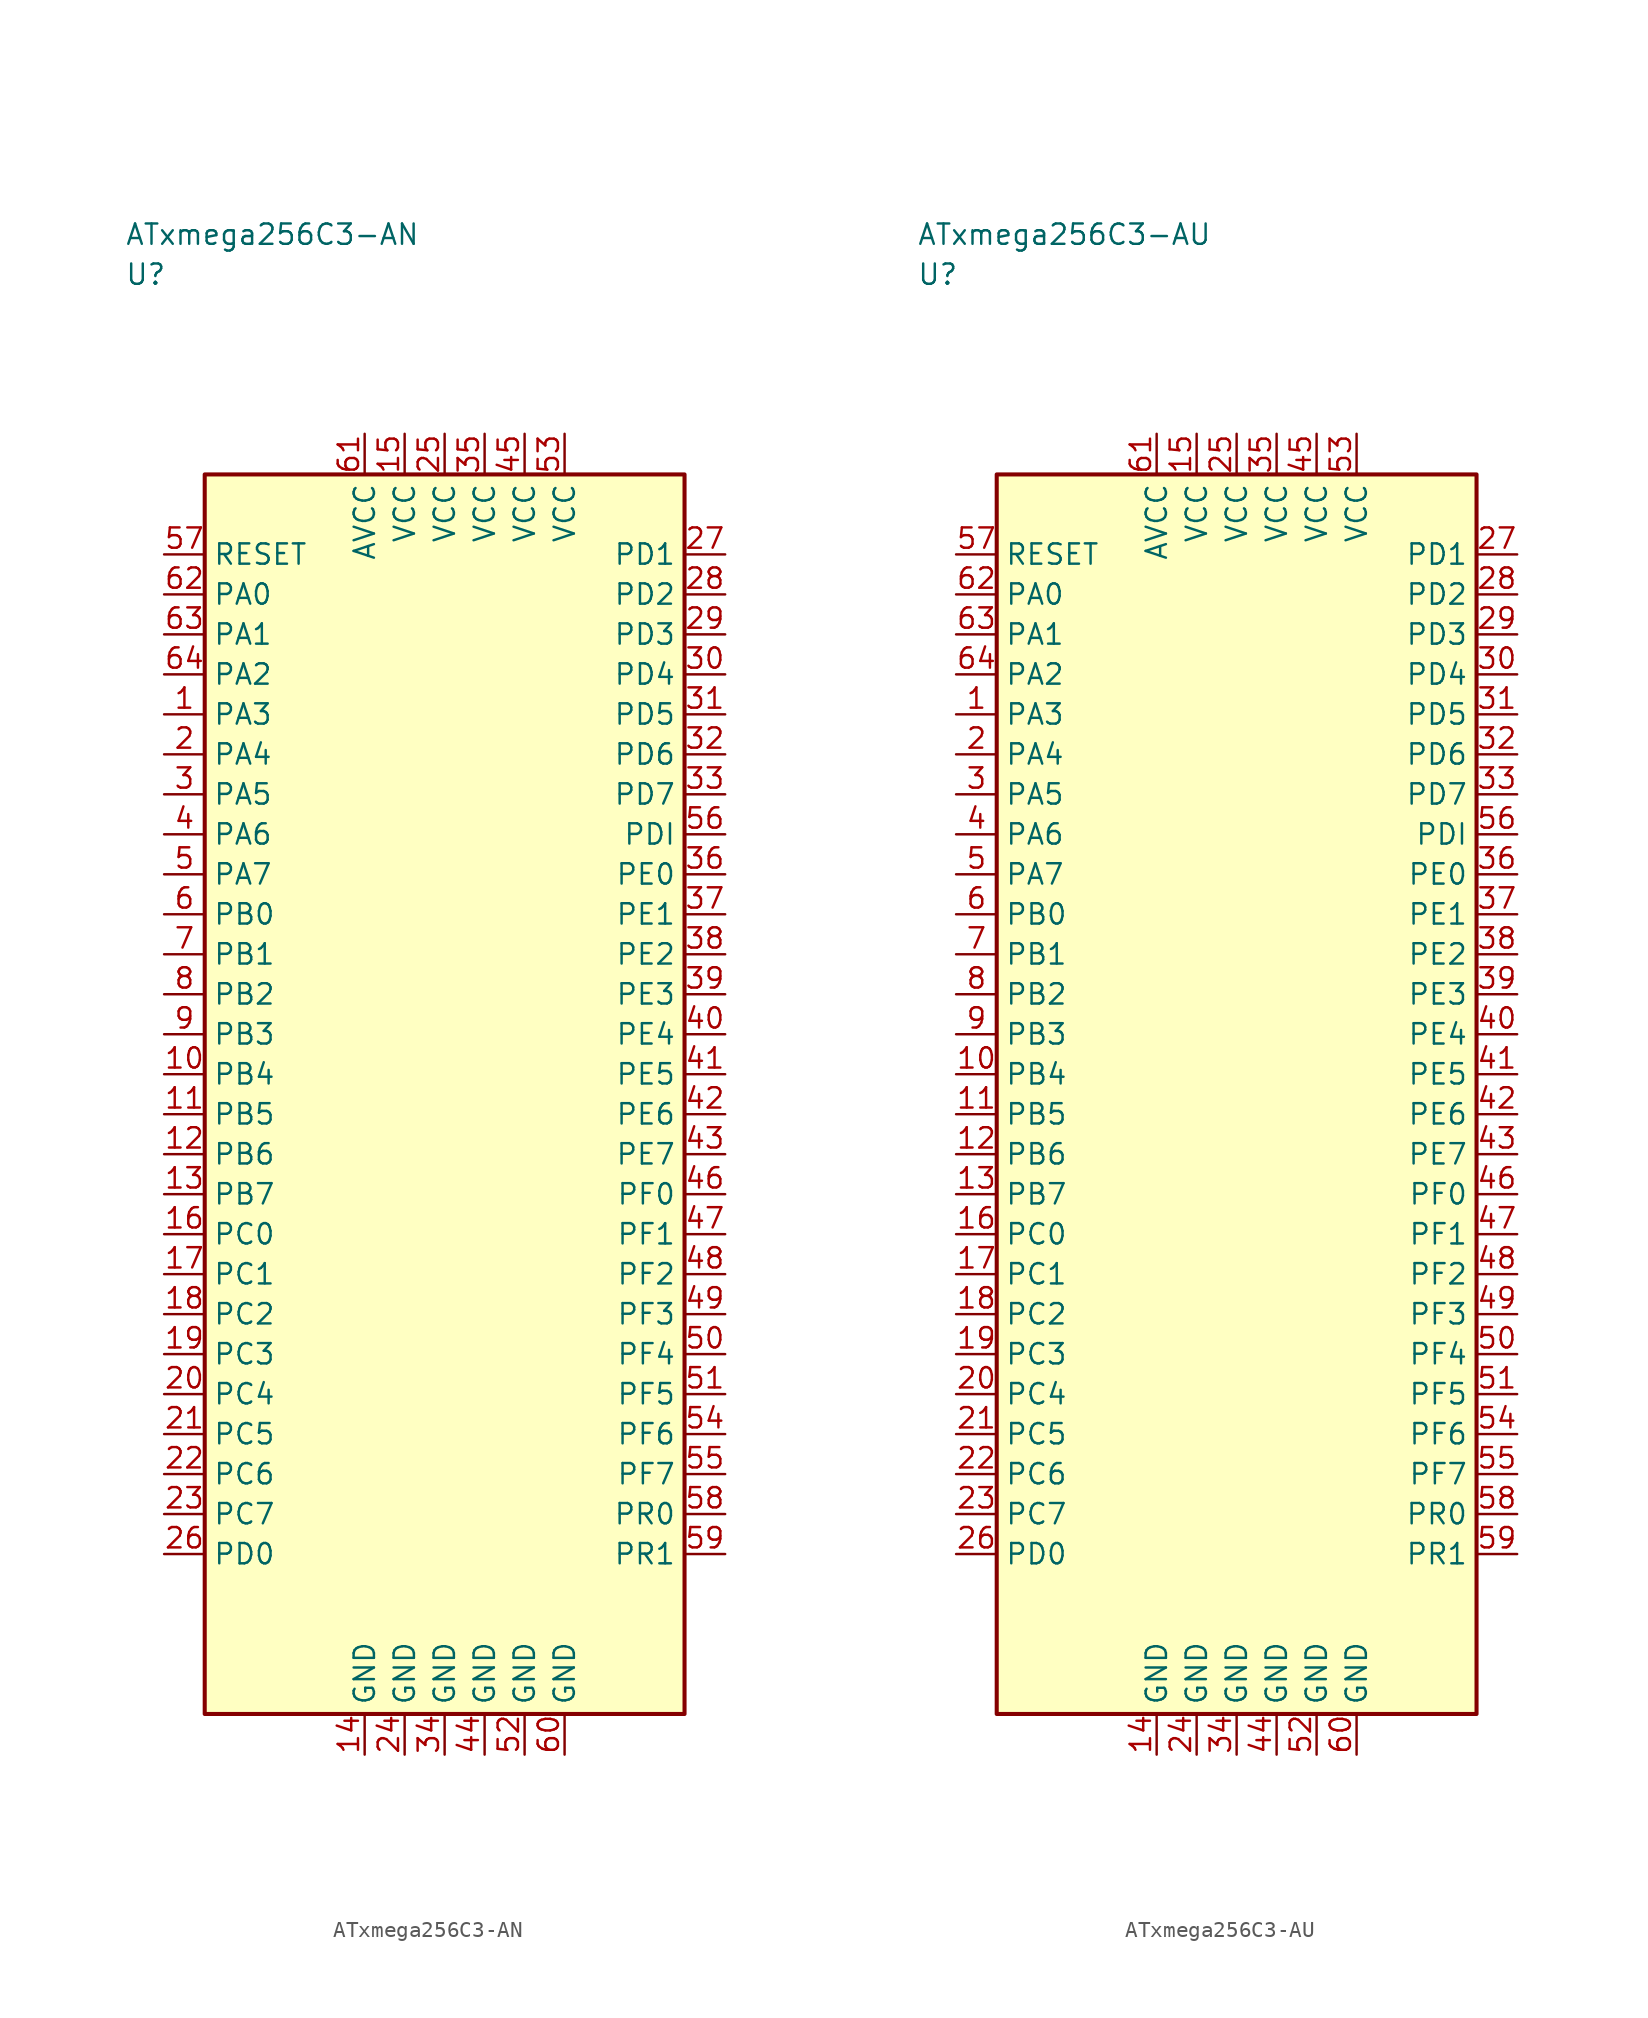
<source format=kicad_sym>
(kicad_symbol_lib
  (version 20241025)
  (generator "kicad_symbol_editor")
  (generator_version "8.0")
  (symbol "ATxmega256C3-AN"
    (property "Reference" "U"
      (at -20.0 51.25 0)
      (effects (font (size 1.27 1.27)) (justify left)))
    (property "Value" "ATxmega256C3-AN"
      (at -20.0 53.75 0)
      (effects (font (size 1.27 1.27)) (justify left)))
    (symbol "ATxmega256C3-AN_0_1"
      (rectangle (start -15.0 38.75) (end 15.0 -38.75) (stroke (width 0.254) (type default)) (fill (type background))))
    (symbol "ATxmega256C3-AN_1_1"
      (pin bidirectional line (at -17.54 23.75 0.0) (length 2.54) (name "PA3" (effects (font (size 1.27 1.27)))) (number "1" (effects (font (size 1.27 1.27)))))
      (pin bidirectional line (at -17.54 21.25 0.0) (length 2.54) (name "PA4" (effects (font (size 1.27 1.27)))) (number "2" (effects (font (size 1.27 1.27)))))
      (pin bidirectional line (at -17.54 18.75 0.0) (length 2.54) (name "PA5" (effects (font (size 1.27 1.27)))) (number "3" (effects (font (size 1.27 1.27)))))
      (pin bidirectional line (at -17.54 16.25 0.0) (length 2.54) (name "PA6" (effects (font (size 1.27 1.27)))) (number "4" (effects (font (size 1.27 1.27)))))
      (pin bidirectional line (at -17.54 13.75 0.0) (length 2.54) (name "PA7" (effects (font (size 1.27 1.27)))) (number "5" (effects (font (size 1.27 1.27)))))
      (pin bidirectional line (at -17.54 11.25 0.0) (length 2.54) (name "PB0" (effects (font (size 1.27 1.27)))) (number "6" (effects (font (size 1.27 1.27)))))
      (pin bidirectional line (at -17.54 8.75 0.0) (length 2.54) (name "PB1" (effects (font (size 1.27 1.27)))) (number "7" (effects (font (size 1.27 1.27)))))
      (pin bidirectional line (at -17.54 6.25 0.0) (length 2.54) (name "PB2" (effects (font (size 1.27 1.27)))) (number "8" (effects (font (size 1.27 1.27)))))
      (pin bidirectional line (at -17.54 3.75 0.0) (length 2.54) (name "PB3" (effects (font (size 1.27 1.27)))) (number "9" (effects (font (size 1.27 1.27)))))
      (pin bidirectional line (at -17.54 1.25 0.0) (length 2.54) (name "PB4" (effects (font (size 1.27 1.27)))) (number "10" (effects (font (size 1.27 1.27)))))
      (pin bidirectional line (at -17.54 -1.25 0.0) (length 2.54) (name "PB5" (effects (font (size 1.27 1.27)))) (number "11" (effects (font (size 1.27 1.27)))))
      (pin bidirectional line (at -17.54 -3.75 0.0) (length 2.54) (name "PB6" (effects (font (size 1.27 1.27)))) (number "12" (effects (font (size 1.27 1.27)))))
      (pin bidirectional line (at -17.54 -6.25 0.0) (length 2.54) (name "PB7" (effects (font (size 1.27 1.27)))) (number "13" (effects (font (size 1.27 1.27)))))
      (pin passive line (at -5.0 -41.29 90.0) (length 2.54) (name "GND" (effects (font (size 1.27 1.27)))) (number "14" (effects (font (size 1.27 1.27)))))
      (pin power_in line (at -2.5 41.29 270.0) (length 2.54) (name "VCC" (effects (font (size 1.27 1.27)))) (number "15" (effects (font (size 1.27 1.27)))))
      (pin bidirectional line (at -17.54 -8.75 0.0) (length 2.54) (name "PC0" (effects (font (size 1.27 1.27)))) (number "16" (effects (font (size 1.27 1.27)))))
      (pin bidirectional line (at -17.54 -11.25 0.0) (length 2.54) (name "PC1" (effects (font (size 1.27 1.27)))) (number "17" (effects (font (size 1.27 1.27)))))
      (pin bidirectional line (at -17.54 -13.75 0.0) (length 2.54) (name "PC2" (effects (font (size 1.27 1.27)))) (number "18" (effects (font (size 1.27 1.27)))))
      (pin bidirectional line (at -17.54 -16.25 0.0) (length 2.54) (name "PC3" (effects (font (size 1.27 1.27)))) (number "19" (effects (font (size 1.27 1.27)))))
      (pin bidirectional line (at -17.54 -18.75 0.0) (length 2.54) (name "PC4" (effects (font (size 1.27 1.27)))) (number "20" (effects (font (size 1.27 1.27)))))
      (pin bidirectional line (at -17.54 -21.25 0.0) (length 2.54) (name "PC5" (effects (font (size 1.27 1.27)))) (number "21" (effects (font (size 1.27 1.27)))))
      (pin bidirectional line (at -17.54 -23.75 0.0) (length 2.54) (name "PC6" (effects (font (size 1.27 1.27)))) (number "22" (effects (font (size 1.27 1.27)))))
      (pin bidirectional line (at -17.54 -26.25 0.0) (length 2.54) (name "PC7" (effects (font (size 1.27 1.27)))) (number "23" (effects (font (size 1.27 1.27)))))
      (pin passive line (at -2.5 -41.29 90.0) (length 2.54) (name "GND" (effects (font (size 1.27 1.27)))) (number "24" (effects (font (size 1.27 1.27)))))
      (pin power_in line (at 0.0 41.29 270.0) (length 2.54) (name "VCC" (effects (font (size 1.27 1.27)))) (number "25" (effects (font (size 1.27 1.27)))))
      (pin bidirectional line (at -17.54 -28.75 0.0) (length 2.54) (name "PD0" (effects (font (size 1.27 1.27)))) (number "26" (effects (font (size 1.27 1.27)))))
      (pin bidirectional line (at 17.54 33.75 180.0) (length 2.54) (name "PD1" (effects (font (size 1.27 1.27)))) (number "27" (effects (font (size 1.27 1.27)))))
      (pin bidirectional line (at 17.54 31.25 180.0) (length 2.54) (name "PD2" (effects (font (size 1.27 1.27)))) (number "28" (effects (font (size 1.27 1.27)))))
      (pin bidirectional line (at 17.54 28.75 180.0) (length 2.54) (name "PD3" (effects (font (size 1.27 1.27)))) (number "29" (effects (font (size 1.27 1.27)))))
      (pin bidirectional line (at 17.54 26.25 180.0) (length 2.54) (name "PD4" (effects (font (size 1.27 1.27)))) (number "30" (effects (font (size 1.27 1.27)))))
      (pin bidirectional line (at 17.54 23.75 180.0) (length 2.54) (name "PD5" (effects (font (size 1.27 1.27)))) (number "31" (effects (font (size 1.27 1.27)))))
      (pin bidirectional line (at 17.54 21.25 180.0) (length 2.54) (name "PD6" (effects (font (size 1.27 1.27)))) (number "32" (effects (font (size 1.27 1.27)))))
      (pin bidirectional line (at 17.54 18.75 180.0) (length 2.54) (name "PD7" (effects (font (size 1.27 1.27)))) (number "33" (effects (font (size 1.27 1.27)))))
      (pin passive line (at 0.0 -41.29 90.0) (length 2.54) (name "GND" (effects (font (size 1.27 1.27)))) (number "34" (effects (font (size 1.27 1.27)))))
      (pin power_in line (at 2.5 41.29 270.0) (length 2.54) (name "VCC" (effects (font (size 1.27 1.27)))) (number "35" (effects (font (size 1.27 1.27)))))
      (pin bidirectional line (at 17.54 13.75 180.0) (length 2.54) (name "PE0" (effects (font (size 1.27 1.27)))) (number "36" (effects (font (size 1.27 1.27)))))
      (pin bidirectional line (at 17.54 11.25 180.0) (length 2.54) (name "PE1" (effects (font (size 1.27 1.27)))) (number "37" (effects (font (size 1.27 1.27)))))
      (pin bidirectional line (at 17.54 8.75 180.0) (length 2.54) (name "PE2" (effects (font (size 1.27 1.27)))) (number "38" (effects (font (size 1.27 1.27)))))
      (pin bidirectional line (at 17.54 6.25 180.0) (length 2.54) (name "PE3" (effects (font (size 1.27 1.27)))) (number "39" (effects (font (size 1.27 1.27)))))
      (pin bidirectional line (at 17.54 3.75 180.0) (length 2.54) (name "PE4" (effects (font (size 1.27 1.27)))) (number "40" (effects (font (size 1.27 1.27)))))
      (pin bidirectional line (at 17.54 1.25 180.0) (length 2.54) (name "PE5" (effects (font (size 1.27 1.27)))) (number "41" (effects (font (size 1.27 1.27)))))
      (pin bidirectional line (at 17.54 -1.25 180.0) (length 2.54) (name "PE6" (effects (font (size 1.27 1.27)))) (number "42" (effects (font (size 1.27 1.27)))))
      (pin bidirectional line (at 17.54 -3.75 180.0) (length 2.54) (name "PE7" (effects (font (size 1.27 1.27)))) (number "43" (effects (font (size 1.27 1.27)))))
      (pin passive line (at 2.5 -41.29 90.0) (length 2.54) (name "GND" (effects (font (size 1.27 1.27)))) (number "44" (effects (font (size 1.27 1.27)))))
      (pin power_in line (at 5.0 41.29 270.0) (length 2.54) (name "VCC" (effects (font (size 1.27 1.27)))) (number "45" (effects (font (size 1.27 1.27)))))
      (pin bidirectional line (at 17.54 -6.25 180.0) (length 2.54) (name "PF0" (effects (font (size 1.27 1.27)))) (number "46" (effects (font (size 1.27 1.27)))))
      (pin bidirectional line (at 17.54 -8.75 180.0) (length 2.54) (name "PF1" (effects (font (size 1.27 1.27)))) (number "47" (effects (font (size 1.27 1.27)))))
      (pin bidirectional line (at 17.54 -11.25 180.0) (length 2.54) (name "PF2" (effects (font (size 1.27 1.27)))) (number "48" (effects (font (size 1.27 1.27)))))
      (pin bidirectional line (at 17.54 -13.75 180.0) (length 2.54) (name "PF3" (effects (font (size 1.27 1.27)))) (number "49" (effects (font (size 1.27 1.27)))))
      (pin bidirectional line (at 17.54 -16.25 180.0) (length 2.54) (name "PF4" (effects (font (size 1.27 1.27)))) (number "50" (effects (font (size 1.27 1.27)))))
      (pin bidirectional line (at 17.54 -18.75 180.0) (length 2.54) (name "PF5" (effects (font (size 1.27 1.27)))) (number "51" (effects (font (size 1.27 1.27)))))
      (pin passive line (at 5.0 -41.29 90.0) (length 2.54) (name "GND" (effects (font (size 1.27 1.27)))) (number "52" (effects (font (size 1.27 1.27)))))
      (pin power_in line (at 7.5 41.29 270.0) (length 2.54) (name "VCC" (effects (font (size 1.27 1.27)))) (number "53" (effects (font (size 1.27 1.27)))))
      (pin bidirectional line (at 17.54 -21.25 180.0) (length 2.54) (name "PF6" (effects (font (size 1.27 1.27)))) (number "54" (effects (font (size 1.27 1.27)))))
      (pin bidirectional line (at 17.54 -23.75 180.0) (length 2.54) (name "PF7" (effects (font (size 1.27 1.27)))) (number "55" (effects (font (size 1.27 1.27)))))
      (pin bidirectional line (at 17.54 16.25 180.0) (length 2.54) (name "PDI" (effects (font (size 1.27 1.27)))) (number "56" (effects (font (size 1.27 1.27)))))
      (pin input line (at -17.54 33.75 0.0) (length 2.54) (name "RESET" (effects (font (size 1.27 1.27)))) (number "57" (effects (font (size 1.27 1.27)))))
      (pin bidirectional line (at 17.54 -26.25 180.0) (length 2.54) (name "PR0" (effects (font (size 1.27 1.27)))) (number "58" (effects (font (size 1.27 1.27)))))
      (pin bidirectional line (at 17.54 -28.75 180.0) (length 2.54) (name "PR1" (effects (font (size 1.27 1.27)))) (number "59" (effects (font (size 1.27 1.27)))))
      (pin passive line (at 7.5 -41.29 90.0) (length 2.54) (name "GND" (effects (font (size 1.27 1.27)))) (number "60" (effects (font (size 1.27 1.27)))))
      (pin power_in line (at -5.0 41.29 270.0) (length 2.54) (name "AVCC" (effects (font (size 1.27 1.27)))) (number "61" (effects (font (size 1.27 1.27)))))
      (pin bidirectional line (at -17.54 31.25 0.0) (length 2.54) (name "PA0" (effects (font (size 1.27 1.27)))) (number "62" (effects (font (size 1.27 1.27)))))
      (pin bidirectional line (at -17.54 28.75 0.0) (length 2.54) (name "PA1" (effects (font (size 1.27 1.27)))) (number "63" (effects (font (size 1.27 1.27)))))
      (pin bidirectional line (at -17.54 26.25 0.0) (length 2.54) (name "PA2" (effects (font (size 1.27 1.27)))) (number "64" (effects (font (size 1.27 1.27)))))))
  (symbol "ATxmega256C3-AU"
    (property "Reference" "U"
      (at -20.0 51.25 0)
      (effects (font (size 1.27 1.27)) (justify left)))
    (property "Value" "ATxmega256C3-AU"
      (at -20.0 53.75 0)
      (effects (font (size 1.27 1.27)) (justify left)))
    (symbol "ATxmega256C3-AU_0_1"
      (rectangle (start -15.0 38.75) (end 15.0 -38.75) (stroke (width 0.254) (type default)) (fill (type background))))
    (symbol "ATxmega256C3-AU_1_1"
      (pin bidirectional line (at -17.54 23.75 0.0) (length 2.54) (name "PA3" (effects (font (size 1.27 1.27)))) (number "1" (effects (font (size 1.27 1.27)))))
      (pin bidirectional line (at -17.54 21.25 0.0) (length 2.54) (name "PA4" (effects (font (size 1.27 1.27)))) (number "2" (effects (font (size 1.27 1.27)))))
      (pin bidirectional line (at -17.54 18.75 0.0) (length 2.54) (name "PA5" (effects (font (size 1.27 1.27)))) (number "3" (effects (font (size 1.27 1.27)))))
      (pin bidirectional line (at -17.54 16.25 0.0) (length 2.54) (name "PA6" (effects (font (size 1.27 1.27)))) (number "4" (effects (font (size 1.27 1.27)))))
      (pin bidirectional line (at -17.54 13.75 0.0) (length 2.54) (name "PA7" (effects (font (size 1.27 1.27)))) (number "5" (effects (font (size 1.27 1.27)))))
      (pin bidirectional line (at -17.54 11.25 0.0) (length 2.54) (name "PB0" (effects (font (size 1.27 1.27)))) (number "6" (effects (font (size 1.27 1.27)))))
      (pin bidirectional line (at -17.54 8.75 0.0) (length 2.54) (name "PB1" (effects (font (size 1.27 1.27)))) (number "7" (effects (font (size 1.27 1.27)))))
      (pin bidirectional line (at -17.54 6.25 0.0) (length 2.54) (name "PB2" (effects (font (size 1.27 1.27)))) (number "8" (effects (font (size 1.27 1.27)))))
      (pin bidirectional line (at -17.54 3.75 0.0) (length 2.54) (name "PB3" (effects (font (size 1.27 1.27)))) (number "9" (effects (font (size 1.27 1.27)))))
      (pin bidirectional line (at -17.54 1.25 0.0) (length 2.54) (name "PB4" (effects (font (size 1.27 1.27)))) (number "10" (effects (font (size 1.27 1.27)))))
      (pin bidirectional line (at -17.54 -1.25 0.0) (length 2.54) (name "PB5" (effects (font (size 1.27 1.27)))) (number "11" (effects (font (size 1.27 1.27)))))
      (pin bidirectional line (at -17.54 -3.75 0.0) (length 2.54) (name "PB6" (effects (font (size 1.27 1.27)))) (number "12" (effects (font (size 1.27 1.27)))))
      (pin bidirectional line (at -17.54 -6.25 0.0) (length 2.54) (name "PB7" (effects (font (size 1.27 1.27)))) (number "13" (effects (font (size 1.27 1.27)))))
      (pin passive line (at -5.0 -41.29 90.0) (length 2.54) (name "GND" (effects (font (size 1.27 1.27)))) (number "14" (effects (font (size 1.27 1.27)))))
      (pin power_in line (at -2.5 41.29 270.0) (length 2.54) (name "VCC" (effects (font (size 1.27 1.27)))) (number "15" (effects (font (size 1.27 1.27)))))
      (pin bidirectional line (at -17.54 -8.75 0.0) (length 2.54) (name "PC0" (effects (font (size 1.27 1.27)))) (number "16" (effects (font (size 1.27 1.27)))))
      (pin bidirectional line (at -17.54 -11.25 0.0) (length 2.54) (name "PC1" (effects (font (size 1.27 1.27)))) (number "17" (effects (font (size 1.27 1.27)))))
      (pin bidirectional line (at -17.54 -13.75 0.0) (length 2.54) (name "PC2" (effects (font (size 1.27 1.27)))) (number "18" (effects (font (size 1.27 1.27)))))
      (pin bidirectional line (at -17.54 -16.25 0.0) (length 2.54) (name "PC3" (effects (font (size 1.27 1.27)))) (number "19" (effects (font (size 1.27 1.27)))))
      (pin bidirectional line (at -17.54 -18.75 0.0) (length 2.54) (name "PC4" (effects (font (size 1.27 1.27)))) (number "20" (effects (font (size 1.27 1.27)))))
      (pin bidirectional line (at -17.54 -21.25 0.0) (length 2.54) (name "PC5" (effects (font (size 1.27 1.27)))) (number "21" (effects (font (size 1.27 1.27)))))
      (pin bidirectional line (at -17.54 -23.75 0.0) (length 2.54) (name "PC6" (effects (font (size 1.27 1.27)))) (number "22" (effects (font (size 1.27 1.27)))))
      (pin bidirectional line (at -17.54 -26.25 0.0) (length 2.54) (name "PC7" (effects (font (size 1.27 1.27)))) (number "23" (effects (font (size 1.27 1.27)))))
      (pin passive line (at -2.5 -41.29 90.0) (length 2.54) (name "GND" (effects (font (size 1.27 1.27)))) (number "24" (effects (font (size 1.27 1.27)))))
      (pin power_in line (at 0.0 41.29 270.0) (length 2.54) (name "VCC" (effects (font (size 1.27 1.27)))) (number "25" (effects (font (size 1.27 1.27)))))
      (pin bidirectional line (at -17.54 -28.75 0.0) (length 2.54) (name "PD0" (effects (font (size 1.27 1.27)))) (number "26" (effects (font (size 1.27 1.27)))))
      (pin bidirectional line (at 17.54 33.75 180.0) (length 2.54) (name "PD1" (effects (font (size 1.27 1.27)))) (number "27" (effects (font (size 1.27 1.27)))))
      (pin bidirectional line (at 17.54 31.25 180.0) (length 2.54) (name "PD2" (effects (font (size 1.27 1.27)))) (number "28" (effects (font (size 1.27 1.27)))))
      (pin bidirectional line (at 17.54 28.75 180.0) (length 2.54) (name "PD3" (effects (font (size 1.27 1.27)))) (number "29" (effects (font (size 1.27 1.27)))))
      (pin bidirectional line (at 17.54 26.25 180.0) (length 2.54) (name "PD4" (effects (font (size 1.27 1.27)))) (number "30" (effects (font (size 1.27 1.27)))))
      (pin bidirectional line (at 17.54 23.75 180.0) (length 2.54) (name "PD5" (effects (font (size 1.27 1.27)))) (number "31" (effects (font (size 1.27 1.27)))))
      (pin bidirectional line (at 17.54 21.25 180.0) (length 2.54) (name "PD6" (effects (font (size 1.27 1.27)))) (number "32" (effects (font (size 1.27 1.27)))))
      (pin bidirectional line (at 17.54 18.75 180.0) (length 2.54) (name "PD7" (effects (font (size 1.27 1.27)))) (number "33" (effects (font (size 1.27 1.27)))))
      (pin passive line (at 0.0 -41.29 90.0) (length 2.54) (name "GND" (effects (font (size 1.27 1.27)))) (number "34" (effects (font (size 1.27 1.27)))))
      (pin power_in line (at 2.5 41.29 270.0) (length 2.54) (name "VCC" (effects (font (size 1.27 1.27)))) (number "35" (effects (font (size 1.27 1.27)))))
      (pin bidirectional line (at 17.54 13.75 180.0) (length 2.54) (name "PE0" (effects (font (size 1.27 1.27)))) (number "36" (effects (font (size 1.27 1.27)))))
      (pin bidirectional line (at 17.54 11.25 180.0) (length 2.54) (name "PE1" (effects (font (size 1.27 1.27)))) (number "37" (effects (font (size 1.27 1.27)))))
      (pin bidirectional line (at 17.54 8.75 180.0) (length 2.54) (name "PE2" (effects (font (size 1.27 1.27)))) (number "38" (effects (font (size 1.27 1.27)))))
      (pin bidirectional line (at 17.54 6.25 180.0) (length 2.54) (name "PE3" (effects (font (size 1.27 1.27)))) (number "39" (effects (font (size 1.27 1.27)))))
      (pin bidirectional line (at 17.54 3.75 180.0) (length 2.54) (name "PE4" (effects (font (size 1.27 1.27)))) (number "40" (effects (font (size 1.27 1.27)))))
      (pin bidirectional line (at 17.54 1.25 180.0) (length 2.54) (name "PE5" (effects (font (size 1.27 1.27)))) (number "41" (effects (font (size 1.27 1.27)))))
      (pin bidirectional line (at 17.54 -1.25 180.0) (length 2.54) (name "PE6" (effects (font (size 1.27 1.27)))) (number "42" (effects (font (size 1.27 1.27)))))
      (pin bidirectional line (at 17.54 -3.75 180.0) (length 2.54) (name "PE7" (effects (font (size 1.27 1.27)))) (number "43" (effects (font (size 1.27 1.27)))))
      (pin passive line (at 2.5 -41.29 90.0) (length 2.54) (name "GND" (effects (font (size 1.27 1.27)))) (number "44" (effects (font (size 1.27 1.27)))))
      (pin power_in line (at 5.0 41.29 270.0) (length 2.54) (name "VCC" (effects (font (size 1.27 1.27)))) (number "45" (effects (font (size 1.27 1.27)))))
      (pin bidirectional line (at 17.54 -6.25 180.0) (length 2.54) (name "PF0" (effects (font (size 1.27 1.27)))) (number "46" (effects (font (size 1.27 1.27)))))
      (pin bidirectional line (at 17.54 -8.75 180.0) (length 2.54) (name "PF1" (effects (font (size 1.27 1.27)))) (number "47" (effects (font (size 1.27 1.27)))))
      (pin bidirectional line (at 17.54 -11.25 180.0) (length 2.54) (name "PF2" (effects (font (size 1.27 1.27)))) (number "48" (effects (font (size 1.27 1.27)))))
      (pin bidirectional line (at 17.54 -13.75 180.0) (length 2.54) (name "PF3" (effects (font (size 1.27 1.27)))) (number "49" (effects (font (size 1.27 1.27)))))
      (pin bidirectional line (at 17.54 -16.25 180.0) (length 2.54) (name "PF4" (effects (font (size 1.27 1.27)))) (number "50" (effects (font (size 1.27 1.27)))))
      (pin bidirectional line (at 17.54 -18.75 180.0) (length 2.54) (name "PF5" (effects (font (size 1.27 1.27)))) (number "51" (effects (font (size 1.27 1.27)))))
      (pin passive line (at 5.0 -41.29 90.0) (length 2.54) (name "GND" (effects (font (size 1.27 1.27)))) (number "52" (effects (font (size 1.27 1.27)))))
      (pin power_in line (at 7.5 41.29 270.0) (length 2.54) (name "VCC" (effects (font (size 1.27 1.27)))) (number "53" (effects (font (size 1.27 1.27)))))
      (pin bidirectional line (at 17.54 -21.25 180.0) (length 2.54) (name "PF6" (effects (font (size 1.27 1.27)))) (number "54" (effects (font (size 1.27 1.27)))))
      (pin bidirectional line (at 17.54 -23.75 180.0) (length 2.54) (name "PF7" (effects (font (size 1.27 1.27)))) (number "55" (effects (font (size 1.27 1.27)))))
      (pin bidirectional line (at 17.54 16.25 180.0) (length 2.54) (name "PDI" (effects (font (size 1.27 1.27)))) (number "56" (effects (font (size 1.27 1.27)))))
      (pin input line (at -17.54 33.75 0.0) (length 2.54) (name "RESET" (effects (font (size 1.27 1.27)))) (number "57" (effects (font (size 1.27 1.27)))))
      (pin bidirectional line (at 17.54 -26.25 180.0) (length 2.54) (name "PR0" (effects (font (size 1.27 1.27)))) (number "58" (effects (font (size 1.27 1.27)))))
      (pin bidirectional line (at 17.54 -28.75 180.0) (length 2.54) (name "PR1" (effects (font (size 1.27 1.27)))) (number "59" (effects (font (size 1.27 1.27)))))
      (pin passive line (at 7.5 -41.29 90.0) (length 2.54) (name "GND" (effects (font (size 1.27 1.27)))) (number "60" (effects (font (size 1.27 1.27)))))
      (pin power_in line (at -5.0 41.29 270.0) (length 2.54) (name "AVCC" (effects (font (size 1.27 1.27)))) (number "61" (effects (font (size 1.27 1.27)))))
      (pin bidirectional line (at -17.54 31.25 0.0) (length 2.54) (name "PA0" (effects (font (size 1.27 1.27)))) (number "62" (effects (font (size 1.27 1.27)))))
      (pin bidirectional line (at -17.54 28.75 0.0) (length 2.54) (name "PA1" (effects (font (size 1.27 1.27)))) (number "63" (effects (font (size 1.27 1.27)))))
      (pin bidirectional line (at -17.54 26.25 0.0) (length 2.54) (name "PA2" (effects (font (size 1.27 1.27)))) (number "64" (effects (font (size 1.27 1.27))))))))
</source>
